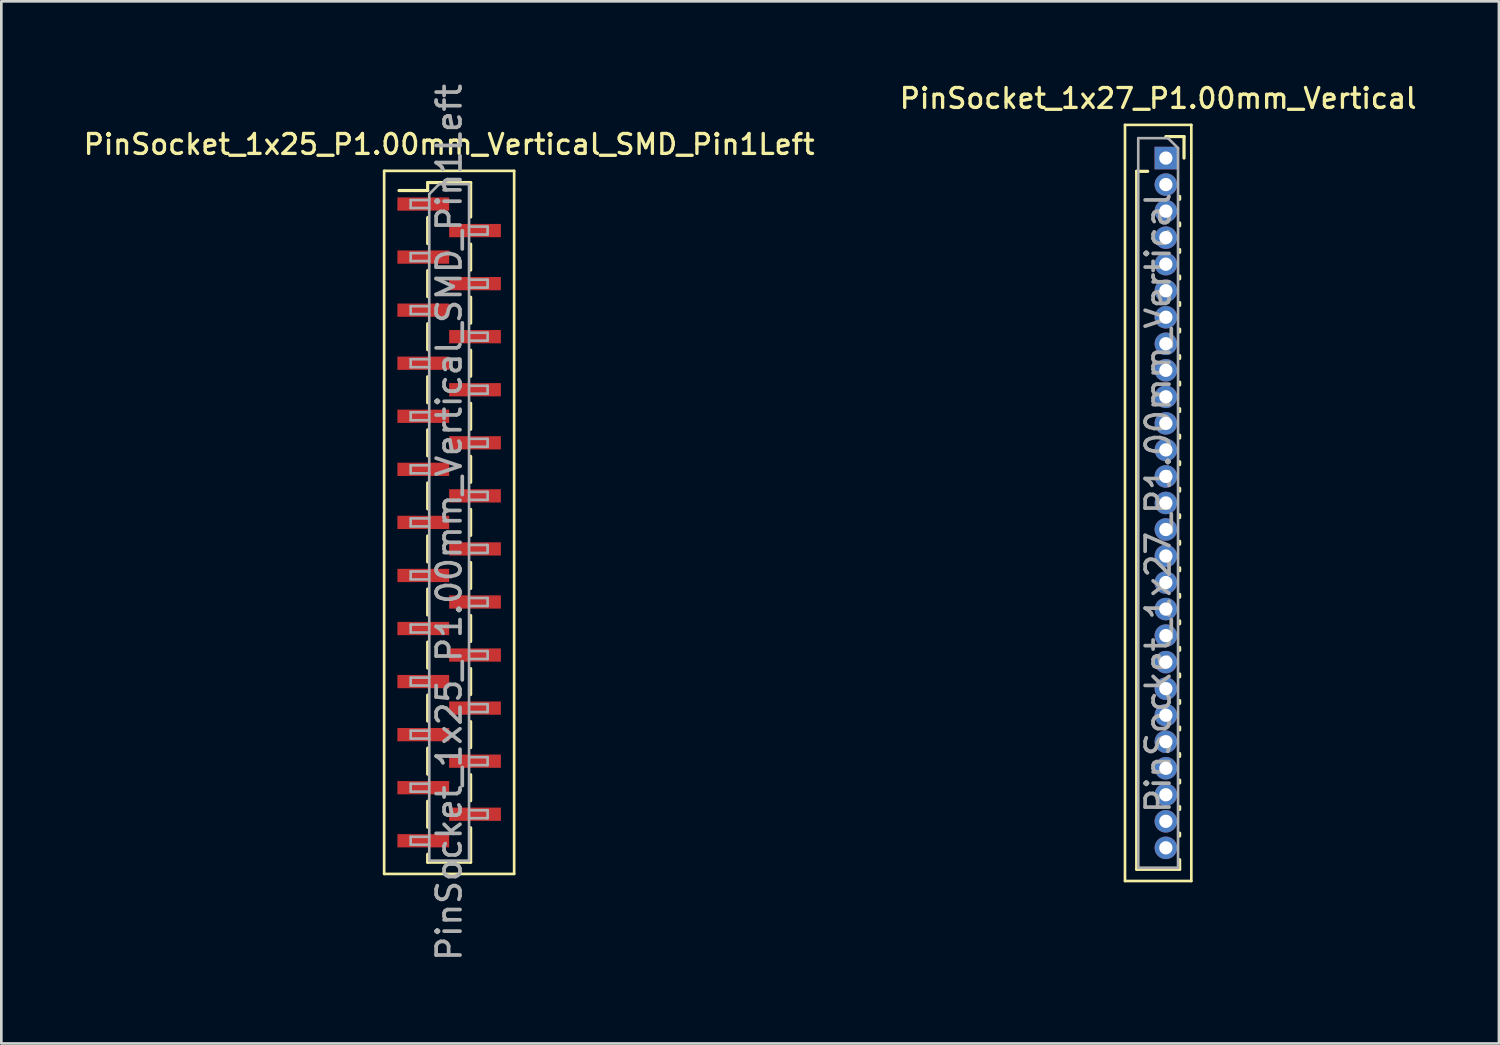
<source format=kicad_pcb>
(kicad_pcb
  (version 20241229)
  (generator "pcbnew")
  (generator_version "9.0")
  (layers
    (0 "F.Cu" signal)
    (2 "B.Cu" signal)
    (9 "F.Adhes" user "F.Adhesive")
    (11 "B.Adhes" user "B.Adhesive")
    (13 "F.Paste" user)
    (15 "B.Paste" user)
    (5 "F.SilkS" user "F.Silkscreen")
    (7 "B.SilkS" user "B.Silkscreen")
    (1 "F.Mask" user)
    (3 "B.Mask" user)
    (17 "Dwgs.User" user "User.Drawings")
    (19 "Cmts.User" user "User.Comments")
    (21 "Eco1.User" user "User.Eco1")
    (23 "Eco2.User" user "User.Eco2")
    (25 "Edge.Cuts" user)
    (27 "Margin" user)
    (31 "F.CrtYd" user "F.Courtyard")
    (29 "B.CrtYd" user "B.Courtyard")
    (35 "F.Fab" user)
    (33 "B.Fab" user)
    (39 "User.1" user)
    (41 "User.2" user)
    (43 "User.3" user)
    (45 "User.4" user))
  (footprint "PinSocket_1x25_P1.00mm_Vertical_SMD_Pin1Left"
    (layer "F.Cu")
    (at 13.88 16.641)
    (property "Reference" "PinSocket_1x25_P1.00mm_Vertical_SMD_Pin1Left" (at 0 -14.25 0) (layer "F.SilkS") (effects (font (size 0.75 0.75) (thickness 0.125))))
    (attr smd)
    (fp_line (start -2.45 -13.25) (end 2.45 -13.25) (stroke (width 0.1) (type solid)) (layer "F.SilkS"))
    (fp_line (start -2.45 13.25) (end -2.45 -13.25) (stroke (width 0.1) (type solid)) (layer "F.SilkS"))
    (fp_line (start -1.89 -12.51) (end -0.81 -12.51) (stroke (width 0.12) (type solid)) (layer "F.SilkS"))
    (fp_line (start -0.81 -12.81) (end -0.81 -12.51) (stroke (width 0.12) (type solid)) (layer "F.SilkS"))
    (fp_line (start -0.81 -12.81) (end 0.81 -12.81) (stroke (width 0.12) (type solid)) (layer "F.SilkS"))
    (fp_line (start -0.81 -11.49) (end -0.81 -10.51) (stroke (width 0.12) (type solid)) (layer "F.SilkS"))
    (fp_line (start -0.81 -9.49) (end -0.81 -8.51) (stroke (width 0.12) (type solid)) (layer "F.SilkS"))
    (fp_line (start -0.81 -7.49) (end -0.81 -6.51) (stroke (width 0.12) (type solid)) (layer "F.SilkS"))
    (fp_line (start -0.81 -5.49) (end -0.81 -4.51) (stroke (width 0.12) (type solid)) (layer "F.SilkS"))
    (fp_line (start -0.81 -3.49) (end -0.81 -2.51) (stroke (width 0.12) (type solid)) (layer "F.SilkS"))
    (fp_line (start -0.81 -1.49) (end -0.81 -0.51) (stroke (width 0.12) (type solid)) (layer "F.SilkS"))
    (fp_line (start -0.81 0.51) (end -0.81 1.49) (stroke (width 0.12) (type solid)) (layer "F.SilkS"))
    (fp_line (start -0.81 2.51) (end -0.81 3.49) (stroke (width 0.12) (type solid)) (layer "F.SilkS"))
    (fp_line (start -0.81 4.51) (end -0.81 5.49) (stroke (width 0.12) (type solid)) (layer "F.SilkS"))
    (fp_line (start -0.81 6.51) (end -0.81 7.49) (stroke (width 0.12) (type solid)) (layer "F.SilkS"))
    (fp_line (start -0.81 8.51) (end -0.81 9.49) (stroke (width 0.12) (type solid)) (layer "F.SilkS"))
    (fp_line (start -0.81 10.51) (end -0.81 11.49) (stroke (width 0.12) (type solid)) (layer "F.SilkS"))
    (fp_line (start -0.81 12.51) (end -0.81 12.81) (stroke (width 0.12) (type solid)) (layer "F.SilkS"))
    (fp_line (start -0.81 12.81) (end 0.81 12.81) (stroke (width 0.12) (type solid)) (layer "F.SilkS"))
    (fp_line (start 0.81 -12.81) (end 0.81 -11.51) (stroke (width 0.12) (type solid)) (layer "F.SilkS"))
    (fp_line (start 0.81 -10.49) (end 0.81 -9.51) (stroke (width 0.12) (type solid)) (layer "F.SilkS"))
    (fp_line (start 0.81 -8.49) (end 0.81 -7.51) (stroke (width 0.12) (type solid)) (layer "F.SilkS"))
    (fp_line (start 0.81 -6.49) (end 0.81 -5.51) (stroke (width 0.12) (type solid)) (layer "F.SilkS"))
    (fp_line (start 0.81 -4.49) (end 0.81 -3.51) (stroke (width 0.12) (type solid)) (layer "F.SilkS"))
    (fp_line (start 0.81 -2.49) (end 0.81 -1.51) (stroke (width 0.12) (type solid)) (layer "F.SilkS"))
    (fp_line (start 0.81 -0.49) (end 0.81 0.49) (stroke (width 0.12) (type solid)) (layer "F.SilkS"))
    (fp_line (start 0.81 1.51) (end 0.81 2.49) (stroke (width 0.12) (type solid)) (layer "F.SilkS"))
    (fp_line (start 0.81 3.51) (end 0.81 4.49) (stroke (width 0.12) (type solid)) (layer "F.SilkS"))
    (fp_line (start 0.81 5.51) (end 0.81 6.49) (stroke (width 0.12) (type solid)) (layer "F.SilkS"))
    (fp_line (start 0.81 7.51) (end 0.81 8.49) (stroke (width 0.12) (type solid)) (layer "F.SilkS"))
    (fp_line (start 0.81 9.51) (end 0.81 10.49) (stroke (width 0.12) (type solid)) (layer "F.SilkS"))
    (fp_line (start 0.81 11.51) (end 0.81 12.81) (stroke (width 0.12) (type solid)) (layer "F.SilkS"))
    (fp_line (start 2.45 -13.25) (end 2.45 13.25) (stroke (width 0.1) (type solid)) (layer "F.SilkS"))
    (fp_line (start 2.45 13.25) (end -2.45 13.25) (stroke (width 0.1) (type solid)) (layer "F.SilkS"))
    (fp_line (start -1.45 -12.15) (end -0.75 -12.15) (stroke (width 0.1) (type solid)) (layer "F.Fab"))
    (fp_line (start -1.45 -11.85) (end -1.45 -12.15) (stroke (width 0.1) (type solid)) (layer "F.Fab"))
    (fp_line (start -1.45 -10.15) (end -0.75 -10.15) (stroke (width 0.1) (type solid)) (layer "F.Fab"))
    (fp_line (start -1.45 -9.85) (end -1.45 -10.15) (stroke (width 0.1) (type solid)) (layer "F.Fab"))
    (fp_line (start -1.45 -8.15) (end -0.75 -8.15) (stroke (width 0.1) (type solid)) (layer "F.Fab"))
    (fp_line (start -1.45 -7.85) (end -1.45 -8.15) (stroke (width 0.1) (type solid)) (layer "F.Fab"))
    (fp_line (start -1.45 -6.15) (end -0.75 -6.15) (stroke (width 0.1) (type solid)) (layer "F.Fab"))
    (fp_line (start -1.45 -5.85) (end -1.45 -6.15) (stroke (width 0.1) (type solid)) (layer "F.Fab"))
    (fp_line (start -1.45 -4.15) (end -0.75 -4.15) (stroke (width 0.1) (type solid)) (layer "F.Fab"))
    (fp_line (start -1.45 -3.85) (end -1.45 -4.15) (stroke (width 0.1) (type solid)) (layer "F.Fab"))
    (fp_line (start -1.45 -2.15) (end -0.75 -2.15) (stroke (width 0.1) (type solid)) (layer "F.Fab"))
    (fp_line (start -1.45 -1.85) (end -1.45 -2.15) (stroke (width 0.1) (type solid)) (layer "F.Fab"))
    (fp_line (start -1.45 -0.15) (end -0.75 -0.15) (stroke (width 0.1) (type solid)) (layer "F.Fab"))
    (fp_line (start -1.45 0.15) (end -1.45 -0.15) (stroke (width 0.1) (type solid)) (layer "F.Fab"))
    (fp_line (start -1.45 1.85) (end -0.75 1.85) (stroke (width 0.1) (type solid)) (layer "F.Fab"))
    (fp_line (start -1.45 2.15) (end -1.45 1.85) (stroke (width 0.1) (type solid)) (layer "F.Fab"))
    (fp_line (start -1.45 3.85) (end -0.75 3.85) (stroke (width 0.1) (type solid)) (layer "F.Fab"))
    (fp_line (start -1.45 4.15) (end -1.45 3.85) (stroke (width 0.1) (type solid)) (layer "F.Fab"))
    (fp_line (start -1.45 5.85) (end -0.75 5.85) (stroke (width 0.1) (type solid)) (layer "F.Fab"))
    (fp_line (start -1.45 6.15) (end -1.45 5.85) (stroke (width 0.1) (type solid)) (layer "F.Fab"))
    (fp_line (start -1.45 7.85) (end -0.75 7.85) (stroke (width 0.1) (type solid)) (layer "F.Fab"))
    (fp_line (start -1.45 8.15) (end -1.45 7.85) (stroke (width 0.1) (type solid)) (layer "F.Fab"))
    (fp_line (start -1.45 9.85) (end -0.75 9.85) (stroke (width 0.1) (type solid)) (layer "F.Fab"))
    (fp_line (start -1.45 10.15) (end -1.45 9.85) (stroke (width 0.1) (type solid)) (layer "F.Fab"))
    (fp_line (start -1.45 11.85) (end -0.75 11.85) (stroke (width 0.1) (type solid)) (layer "F.Fab"))
    (fp_line (start -1.45 12.15) (end -1.45 11.85) (stroke (width 0.1) (type solid)) (layer "F.Fab"))
    (fp_line (start -0.75 -12.375) (end -0.375 -12.75) (stroke (width 0.1) (type solid)) (layer "F.Fab"))
    (fp_line (start -0.75 -11.85) (end -1.45 -11.85) (stroke (width 0.1) (type solid)) (layer "F.Fab"))
    (fp_line (start -0.75 -9.85) (end -1.45 -9.85) (stroke (width 0.1) (type solid)) (layer "F.Fab"))
    (fp_line (start -0.75 -7.85) (end -1.45 -7.85) (stroke (width 0.1) (type solid)) (layer "F.Fab"))
    (fp_line (start -0.75 -5.85) (end -1.45 -5.85) (stroke (width 0.1) (type solid)) (layer "F.Fab"))
    (fp_line (start -0.75 -3.85) (end -1.45 -3.85) (stroke (width 0.1) (type solid)) (layer "F.Fab"))
    (fp_line (start -0.75 -1.85) (end -1.45 -1.85) (stroke (width 0.1) (type solid)) (layer "F.Fab"))
    (fp_line (start -0.75 0.15) (end -1.45 0.15) (stroke (width 0.1) (type solid)) (layer "F.Fab"))
    (fp_line (start -0.75 2.15) (end -1.45 2.15) (stroke (width 0.1) (type solid)) (layer "F.Fab"))
    (fp_line (start -0.75 4.15) (end -1.45 4.15) (stroke (width 0.1) (type solid)) (layer "F.Fab"))
    (fp_line (start -0.75 6.15) (end -1.45 6.15) (stroke (width 0.1) (type solid)) (layer "F.Fab"))
    (fp_line (start -0.75 8.15) (end -1.45 8.15) (stroke (width 0.1) (type solid)) (layer "F.Fab"))
    (fp_line (start -0.75 10.15) (end -1.45 10.15) (stroke (width 0.1) (type solid)) (layer "F.Fab"))
    (fp_line (start -0.75 12.15) (end -1.45 12.15) (stroke (width 0.1) (type solid)) (layer "F.Fab"))
    (fp_line (start -0.75 12.75) (end -0.75 -12.375) (stroke (width 0.1) (type solid)) (layer "F.Fab"))
    (fp_line (start -0.375 -12.75) (end 0.75 -12.75) (stroke (width 0.1) (type solid)) (layer "F.Fab"))
    (fp_line (start 0.75 -12.75) (end 0.75 12.75) (stroke (width 0.1) (type solid)) (layer "F.Fab"))
    (fp_line (start 0.75 -11.15) (end 1.45 -11.15) (stroke (width 0.1) (type solid)) (layer "F.Fab"))
    (fp_line (start 0.75 -9.15) (end 1.45 -9.15) (stroke (width 0.1) (type solid)) (layer "F.Fab"))
    (fp_line (start 0.75 -7.15) (end 1.45 -7.15) (stroke (width 0.1) (type solid)) (layer "F.Fab"))
    (fp_line (start 0.75 -5.15) (end 1.45 -5.15) (stroke (width 0.1) (type solid)) (layer "F.Fab"))
    (fp_line (start 0.75 -3.15) (end 1.45 -3.15) (stroke (width 0.1) (type solid)) (layer "F.Fab"))
    (fp_line (start 0.75 -1.15) (end 1.45 -1.15) (stroke (width 0.1) (type solid)) (layer "F.Fab"))
    (fp_line (start 0.75 0.85) (end 1.45 0.85) (stroke (width 0.1) (type solid)) (layer "F.Fab"))
    (fp_line (start 0.75 2.85) (end 1.45 2.85) (stroke (width 0.1) (type solid)) (layer "F.Fab"))
    (fp_line (start 0.75 4.85) (end 1.45 4.85) (stroke (width 0.1) (type solid)) (layer "F.Fab"))
    (fp_line (start 0.75 6.85) (end 1.45 6.85) (stroke (width 0.1) (type solid)) (layer "F.Fab"))
    (fp_line (start 0.75 8.85) (end 1.45 8.85) (stroke (width 0.1) (type solid)) (layer "F.Fab"))
    (fp_line (start 0.75 10.85) (end 1.45 10.85) (stroke (width 0.1) (type solid)) (layer "F.Fab"))
    (fp_line (start 0.75 12.75) (end -0.75 12.75) (stroke (width 0.1) (type solid)) (layer "F.Fab"))
    (fp_line (start 1.45 -11.15) (end 1.45 -10.85) (stroke (width 0.1) (type solid)) (layer "F.Fab"))
    (fp_line (start 1.45 -10.85) (end 0.75 -10.85) (stroke (width 0.1) (type solid)) (layer "F.Fab"))
    (fp_line (start 1.45 -9.15) (end 1.45 -8.85) (stroke (width 0.1) (type solid)) (layer "F.Fab"))
    (fp_line (start 1.45 -8.85) (end 0.75 -8.85) (stroke (width 0.1) (type solid)) (layer "F.Fab"))
    (fp_line (start 1.45 -7.15) (end 1.45 -6.85) (stroke (width 0.1) (type solid)) (layer "F.Fab"))
    (fp_line (start 1.45 -6.85) (end 0.75 -6.85) (stroke (width 0.1) (type solid)) (layer "F.Fab"))
    (fp_line (start 1.45 -5.15) (end 1.45 -4.85) (stroke (width 0.1) (type solid)) (layer "F.Fab"))
    (fp_line (start 1.45 -4.85) (end 0.75 -4.85) (stroke (width 0.1) (type solid)) (layer "F.Fab"))
    (fp_line (start 1.45 -3.15) (end 1.45 -2.85) (stroke (width 0.1) (type solid)) (layer "F.Fab"))
    (fp_line (start 1.45 -2.85) (end 0.75 -2.85) (stroke (width 0.1) (type solid)) (layer "F.Fab"))
    (fp_line (start 1.45 -1.15) (end 1.45 -0.85) (stroke (width 0.1) (type solid)) (layer "F.Fab"))
    (fp_line (start 1.45 -0.85) (end 0.75 -0.85) (stroke (width 0.1) (type solid)) (layer "F.Fab"))
    (fp_line (start 1.45 0.85) (end 1.45 1.15) (stroke (width 0.1) (type solid)) (layer "F.Fab"))
    (fp_line (start 1.45 1.15) (end 0.75 1.15) (stroke (width 0.1) (type solid)) (layer "F.Fab"))
    (fp_line (start 1.45 2.85) (end 1.45 3.15) (stroke (width 0.1) (type solid)) (layer "F.Fab"))
    (fp_line (start 1.45 3.15) (end 0.75 3.15) (stroke (width 0.1) (type solid)) (layer "F.Fab"))
    (fp_line (start 1.45 4.85) (end 1.45 5.15) (stroke (width 0.1) (type solid)) (layer "F.Fab"))
    (fp_line (start 1.45 5.15) (end 0.75 5.15) (stroke (width 0.1) (type solid)) (layer "F.Fab"))
    (fp_line (start 1.45 6.85) (end 1.45 7.15) (stroke (width 0.1) (type solid)) (layer "F.Fab"))
    (fp_line (start 1.45 7.15) (end 0.75 7.15) (stroke (width 0.1) (type solid)) (layer "F.Fab"))
    (fp_line (start 1.45 8.85) (end 1.45 9.15) (stroke (width 0.1) (type solid)) (layer "F.Fab"))
    (fp_line (start 1.45 9.15) (end 0.75 9.15) (stroke (width 0.1) (type solid)) (layer "F.Fab"))
    (fp_line (start 1.45 10.85) (end 1.45 11.15) (stroke (width 0.1) (type solid)) (layer "F.Fab"))
    (fp_line (start 1.45 11.15) (end 0.75 11.15) (stroke (width 0.1) (type solid)) (layer "F.Fab"))
    (fp_text user "${REFERENCE}" (at 0 0 90) (layer "F.Fab") (effects (font (size 0.9 0.9) (thickness 0.14))))
    (pad "1" smd rect (at -0.975 -12) (size 1.95 0.5) (layers "F.Cu" "F.Mask" "F.Paste"))
    (pad "2" smd rect (at 0.975 -11) (size 1.95 0.5) (layers "F.Cu" "F.Mask" "F.Paste"))
    (pad "3" smd rect (at -0.975 -10) (size 1.95 0.5) (layers "F.Cu" "F.Mask" "F.Paste"))
    (pad "4" smd rect (at 0.975 -9) (size 1.95 0.5) (layers "F.Cu" "F.Mask" "F.Paste"))
    (pad "5" smd rect (at -0.975 -8) (size 1.95 0.5) (layers "F.Cu" "F.Mask" "F.Paste"))
    (pad "6" smd rect (at 0.975 -7) (size 1.95 0.5) (layers "F.Cu" "F.Mask" "F.Paste"))
    (pad "7" smd rect (at -0.975 -6) (size 1.95 0.5) (layers "F.Cu" "F.Mask" "F.Paste"))
    (pad "8" smd rect (at 0.975 -5) (size 1.95 0.5) (layers "F.Cu" "F.Mask" "F.Paste"))
    (pad "9" smd rect (at -0.975 -4) (size 1.95 0.5) (layers "F.Cu" "F.Mask" "F.Paste"))
    (pad "10" smd rect (at 0.975 -3) (size 1.95 0.5) (layers "F.Cu" "F.Mask" "F.Paste"))
    (pad "11" smd rect (at -0.975 -2) (size 1.95 0.5) (layers "F.Cu" "F.Mask" "F.Paste"))
    (pad "12" smd rect (at 0.975 -1) (size 1.95 0.5) (layers "F.Cu" "F.Mask" "F.Paste"))
    (pad "13" smd rect (at -0.975 0) (size 1.95 0.5) (layers "F.Cu" "F.Mask" "F.Paste"))
    (pad "14" smd rect (at 0.975 1) (size 1.95 0.5) (layers "F.Cu" "F.Mask" "F.Paste"))
    (pad "15" smd rect (at -0.975 2) (size 1.95 0.5) (layers "F.Cu" "F.Mask" "F.Paste"))
    (pad "16" smd rect (at 0.975 3) (size 1.95 0.5) (layers "F.Cu" "F.Mask" "F.Paste"))
    (pad "17" smd rect (at -0.975 4) (size 1.95 0.5) (layers "F.Cu" "F.Mask" "F.Paste"))
    (pad "18" smd rect (at 0.975 5) (size 1.95 0.5) (layers "F.Cu" "F.Mask" "F.Paste"))
    (pad "19" smd rect (at -0.975 6) (size 1.95 0.5) (layers "F.Cu" "F.Mask" "F.Paste"))
    (pad "20" smd rect (at 0.975 7) (size 1.95 0.5) (layers "F.Cu" "F.Mask" "F.Paste"))
    (pad "21" smd rect (at -0.975 8) (size 1.95 0.5) (layers "F.Cu" "F.Mask" "F.Paste"))
    (pad "22" smd rect (at 0.975 9) (size 1.95 0.5) (layers "F.Cu" "F.Mask" "F.Paste"))
    (pad "23" smd rect (at -0.975 10) (size 1.95 0.5) (layers "F.Cu" "F.Mask" "F.Paste"))
    (pad "24" smd rect (at 0.975 11) (size 1.95 0.5) (layers "F.Cu" "F.Mask" "F.Paste"))
    (pad "25" smd rect (at -0.975 12) (size 1.95 0.5) (layers "F.Cu" "F.Mask" "F.Paste")))
  (footprint "PinSocket_1x27_P1.00mm_Vertical"
    (layer "F.Cu")
    (at 40.895 2.908)
    (property "Reference" "PinSocket_1x27_P1.00mm_Vertical" (at -0.29 -2.25 0) (layer "F.SilkS") (effects (font (size 0.75 0.75) (thickness 0.125))))
    (attr through_hole)
    (fp_line (start -1.54 -1.25) (end 0.96 -1.25) (stroke (width 0.1) (type solid)) (layer "F.SilkS"))
    (fp_line (start -1.54 27.25) (end -1.54 -1.25) (stroke (width 0.1) (type solid)) (layer "F.SilkS"))
    (fp_line (start -1.1 0.5) (end -1.1 26.81) (stroke (width 0.12) (type solid)) (layer "F.SilkS"))
    (fp_line (start -1.1 0.5) (end -0.685 0.5) (stroke (width 0.12) (type solid)) (layer "F.SilkS"))
    (fp_line (start -1.1 26.81) (end 0.52 26.81) (stroke (width 0.12) (type solid)) (layer "F.SilkS"))
    (fp_line (start 0 -0.81) (end 0.685 -0.81) (stroke (width 0.12) (type solid)) (layer "F.SilkS"))
    (fp_line (start 0.52 1.446) (end 0.52 1.554) (stroke (width 0.12) (type solid)) (layer "F.SilkS"))
    (fp_line (start 0.52 2.446) (end 0.52 2.554) (stroke (width 0.12) (type solid)) (layer "F.SilkS"))
    (fp_line (start 0.52 3.446) (end 0.52 3.554) (stroke (width 0.12) (type solid)) (layer "F.SilkS"))
    (fp_line (start 0.52 4.446) (end 0.52 4.554) (stroke (width 0.12) (type solid)) (layer "F.SilkS"))
    (fp_line (start 0.52 5.446) (end 0.52 5.554) (stroke (width 0.12) (type solid)) (layer "F.SilkS"))
    (fp_line (start 0.52 6.446) (end 0.52 6.554) (stroke (width 0.12) (type solid)) (layer "F.SilkS"))
    (fp_line (start 0.52 7.446) (end 0.52 7.554) (stroke (width 0.12) (type solid)) (layer "F.SilkS"))
    (fp_line (start 0.52 8.446) (end 0.52 8.554) (stroke (width 0.12) (type solid)) (layer "F.SilkS"))
    (fp_line (start 0.52 9.446) (end 0.52 9.554) (stroke (width 0.12) (type solid)) (layer "F.SilkS"))
    (fp_line (start 0.52 10.446) (end 0.52 10.554) (stroke (width 0.12) (type solid)) (layer "F.SilkS"))
    (fp_line (start 0.52 11.446) (end 0.52 11.554) (stroke (width 0.12) (type solid)) (layer "F.SilkS"))
    (fp_line (start 0.52 12.446) (end 0.52 12.554) (stroke (width 0.12) (type solid)) (layer "F.SilkS"))
    (fp_line (start 0.52 13.446) (end 0.52 13.554) (stroke (width 0.12) (type solid)) (layer "F.SilkS"))
    (fp_line (start 0.52 14.446) (end 0.52 14.554) (stroke (width 0.12) (type solid)) (layer "F.SilkS"))
    (fp_line (start 0.52 15.446) (end 0.52 15.554) (stroke (width 0.12) (type solid)) (layer "F.SilkS"))
    (fp_line (start 0.52 16.446) (end 0.52 16.554) (stroke (width 0.12) (type solid)) (layer "F.SilkS"))
    (fp_line (start 0.52 17.446) (end 0.52 17.554) (stroke (width 0.12) (type solid)) (layer "F.SilkS"))
    (fp_line (start 0.52 18.446) (end 0.52 18.554) (stroke (width 0.12) (type solid)) (layer "F.SilkS"))
    (fp_line (start 0.52 19.446) (end 0.52 19.554) (stroke (width 0.12) (type solid)) (layer "F.SilkS"))
    (fp_line (start 0.52 20.446) (end 0.52 20.554) (stroke (width 0.12) (type solid)) (layer "F.SilkS"))
    (fp_line (start 0.52 21.446) (end 0.52 21.554) (stroke (width 0.12) (type solid)) (layer "F.SilkS"))
    (fp_line (start 0.52 22.446) (end 0.52 22.554) (stroke (width 0.12) (type solid)) (layer "F.SilkS"))
    (fp_line (start 0.52 23.446) (end 0.52 23.554) (stroke (width 0.12) (type solid)) (layer "F.SilkS"))
    (fp_line (start 0.52 24.446) (end 0.52 24.554) (stroke (width 0.12) (type solid)) (layer "F.SilkS"))
    (fp_line (start 0.52 25.446) (end 0.52 25.554) (stroke (width 0.12) (type solid)) (layer "F.SilkS"))
    (fp_line (start 0.52 26.446) (end 0.52 26.81) (stroke (width 0.12) (type solid)) (layer "F.SilkS"))
    (fp_line (start 0.685 -0.81) (end 0.685 0) (stroke (width 0.12) (type solid)) (layer "F.SilkS"))
    (fp_line (start 0.96 -1.25) (end 0.96 27.25) (stroke (width 0.1) (type solid)) (layer "F.SilkS"))
    (fp_line (start 0.96 27.25) (end -1.54 27.25) (stroke (width 0.1) (type solid)) (layer "F.SilkS"))
    (fp_line (start -1.04 -0.75) (end 0.085 -0.75) (stroke (width 0.1) (type solid)) (layer "F.Fab"))
    (fp_line (start -1.04 26.75) (end -1.04 -0.75) (stroke (width 0.1) (type solid)) (layer "F.Fab"))
    (fp_line (start 0.085 -0.75) (end 0.46 -0.375) (stroke (width 0.1) (type solid)) (layer "F.Fab"))
    (fp_line (start 0.46 -0.375) (end 0.46 26.75) (stroke (width 0.1) (type solid)) (layer "F.Fab"))
    (fp_line (start 0.46 26.75) (end -1.04 26.75) (stroke (width 0.1) (type solid)) (layer "F.Fab"))
    (fp_text user "${REFERENCE}" (at -0.29 13 90) (layer "F.Fab") (effects (font (size 0.9 0.9) (thickness 0.14))))
    (pad "1" thru_hole rect (at 0 0) (size 0.85 0.85) (drill 0.5) (layers "*.Cu" "*.Mask"))
    (pad "2" thru_hole oval (at 0 1) (size 0.85 0.85) (drill 0.5) (layers "*.Cu" "*.Mask"))
    (pad "3" thru_hole oval (at 0 2) (size 0.85 0.85) (drill 0.5) (layers "*.Cu" "*.Mask"))
    (pad "4" thru_hole oval (at 0 3) (size 0.85 0.85) (drill 0.5) (layers "*.Cu" "*.Mask"))
    (pad "5" thru_hole oval (at 0 4) (size 0.85 0.85) (drill 0.5) (layers "*.Cu" "*.Mask"))
    (pad "6" thru_hole oval (at 0 5) (size 0.85 0.85) (drill 0.5) (layers "*.Cu" "*.Mask"))
    (pad "7" thru_hole oval (at 0 6) (size 0.85 0.85) (drill 0.5) (layers "*.Cu" "*.Mask"))
    (pad "8" thru_hole oval (at 0 7) (size 0.85 0.85) (drill 0.5) (layers "*.Cu" "*.Mask"))
    (pad "9" thru_hole oval (at 0 8) (size 0.85 0.85) (drill 0.5) (layers "*.Cu" "*.Mask"))
    (pad "10" thru_hole oval (at 0 9) (size 0.85 0.85) (drill 0.5) (layers "*.Cu" "*.Mask"))
    (pad "11" thru_hole oval (at 0 10) (size 0.85 0.85) (drill 0.5) (layers "*.Cu" "*.Mask"))
    (pad "12" thru_hole oval (at 0 11) (size 0.85 0.85) (drill 0.5) (layers "*.Cu" "*.Mask"))
    (pad "13" thru_hole oval (at 0 12) (size 0.85 0.85) (drill 0.5) (layers "*.Cu" "*.Mask"))
    (pad "14" thru_hole oval (at 0 13) (size 0.85 0.85) (drill 0.5) (layers "*.Cu" "*.Mask"))
    (pad "15" thru_hole oval (at 0 14) (size 0.85 0.85) (drill 0.5) (layers "*.Cu" "*.Mask"))
    (pad "16" thru_hole oval (at 0 15) (size 0.85 0.85) (drill 0.5) (layers "*.Cu" "*.Mask"))
    (pad "17" thru_hole oval (at 0 16) (size 0.85 0.85) (drill 0.5) (layers "*.Cu" "*.Mask"))
    (pad "18" thru_hole oval (at 0 17) (size 0.85 0.85) (drill 0.5) (layers "*.Cu" "*.Mask"))
    (pad "19" thru_hole oval (at 0 18) (size 0.85 0.85) (drill 0.5) (layers "*.Cu" "*.Mask"))
    (pad "20" thru_hole oval (at 0 19) (size 0.85 0.85) (drill 0.5) (layers "*.Cu" "*.Mask"))
    (pad "21" thru_hole oval (at 0 20) (size 0.85 0.85) (drill 0.5) (layers "*.Cu" "*.Mask"))
    (pad "22" thru_hole oval (at 0 21) (size 0.85 0.85) (drill 0.5) (layers "*.Cu" "*.Mask"))
    (pad "23" thru_hole oval (at 0 22) (size 0.85 0.85) (drill 0.5) (layers "*.Cu" "*.Mask"))
    (pad "24" thru_hole oval (at 0 23) (size 0.85 0.85) (drill 0.5) (layers "*.Cu" "*.Mask"))
    (pad "25" thru_hole oval (at 0 24) (size 0.85 0.85) (drill 0.5) (layers "*.Cu" "*.Mask"))
    (pad "26" thru_hole oval (at 0 25) (size 0.85 0.85) (drill 0.5) (layers "*.Cu" "*.Mask"))
    (pad "27" thru_hole oval (at 0 26) (size 0.85 0.85) (drill 0.5) (layers "*.Cu" "*.Mask")))
  (gr_rect
    (start -3 -3)
    (end 53.45 36.283)
    (stroke (width 0.1) (type default))
    (fill no)
    (layer "Edge.Cuts")))
</source>
